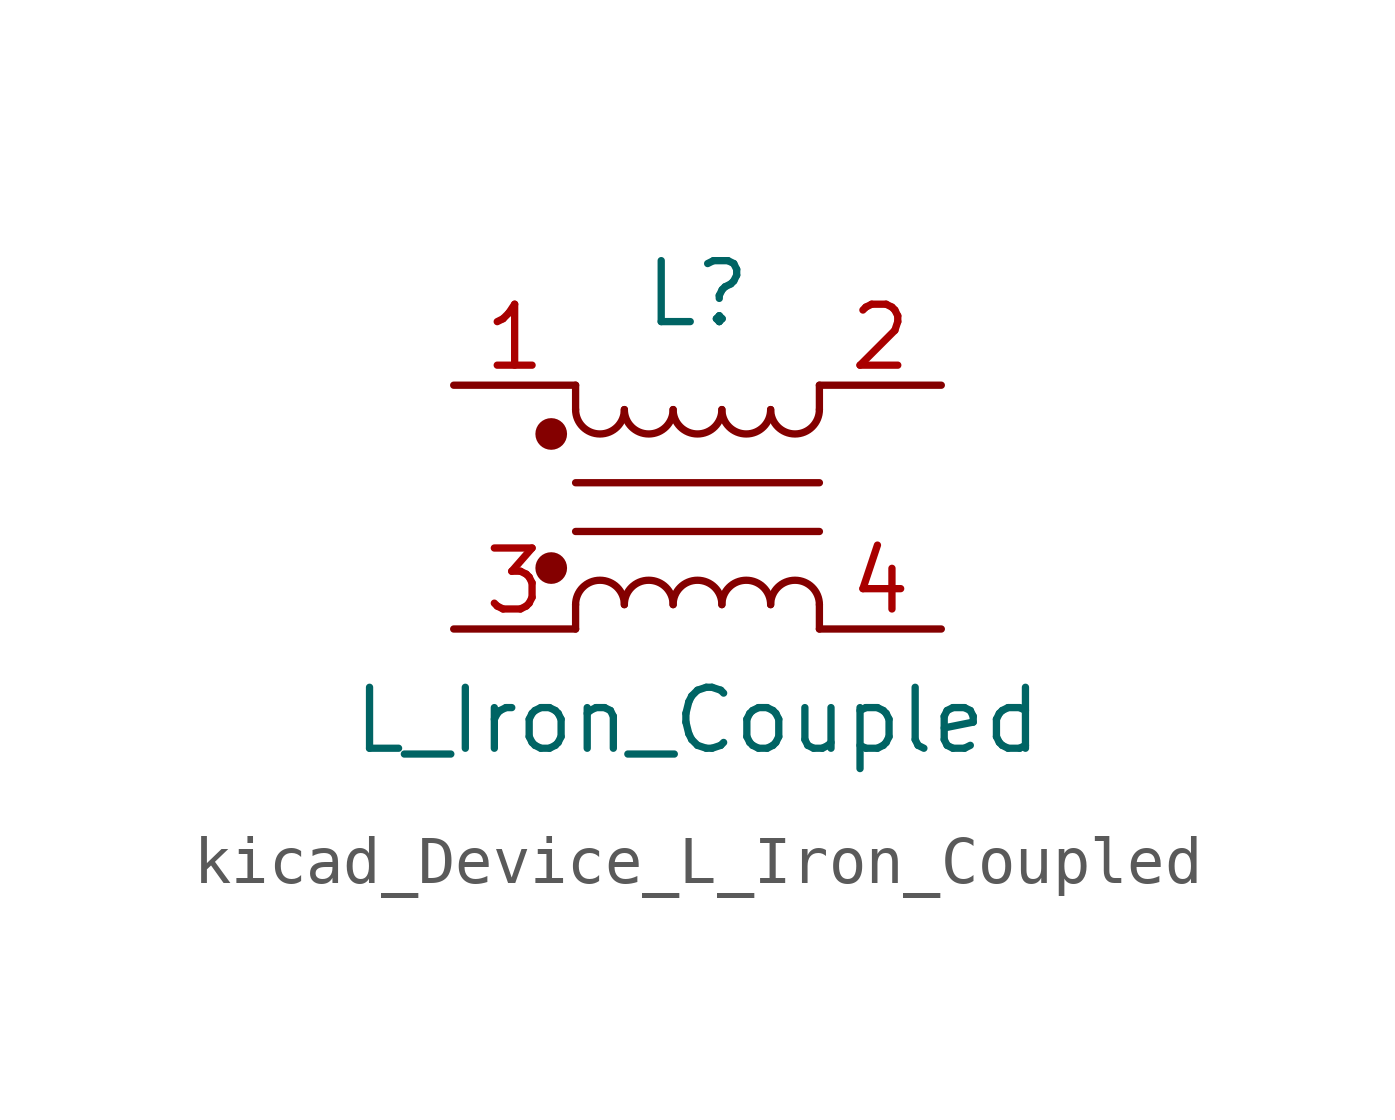
<source format=kicad_sym>
(kicad_symbol_lib
  (version 20220914)
  (generator kicad_symbol_editor)
  (symbol "kicad_Device_L_Iron_Coupled"
    (pin_names
      (offset 0.254) hide)
    (property "Reference" "L"
      (at 0 4.445 0)
      (effects (font (size 1.27 1.27))))
    (property "Value" "L_Iron_Coupled"
      (at 0 -4.445 0)
      (effects (font (size 1.27 1.27))))
    (symbol "kicad_Device_L_Iron_Coupled_0_1"
      (circle (center -3.048 -1.27) (radius 0.254) (stroke (width 0) (type default)) (fill (type outline)))
      (circle (center -3.048 1.524) (radius 0.254) (stroke (width 0) (type default)) (fill (type outline)))
      (arc (start -2.54 2.032) (mid -2.032 1.5262) (end -1.524 2.032) (stroke (width 0) (type default)) (fill (type none)))
      (arc (start -1.524 -2.032) (mid -2.032 -1.5262) (end -2.54 -2.032) (stroke (width 0) (type default)) (fill (type none)))
      (arc (start -1.524 2.032) (mid -1.016 1.5262) (end -0.508 2.032) (stroke (width 0) (type default)) (fill (type none)))
      (arc (start -0.508 -2.032) (mid -1.016 -1.5262) (end -1.524 -2.032) (stroke (width 0) (type default)) (fill (type none)))
      (arc (start -0.508 2.032) (mid 0 1.5262) (end 0.508 2.032) (stroke (width 0) (type default)) (fill (type none)))
      (polyline (pts (xy -2.54 -2.032) (xy -2.54 -2.54)) (stroke (width 0) (type default)) (fill (type none)))
      (polyline (pts (xy -2.54 0.508) (xy 2.54 0.508)) (stroke (width 0) (type default)) (fill (type none)))
      (polyline (pts (xy -2.54 2.032) (xy -2.54 2.54)) (stroke (width 0) (type default)) (fill (type none)))
      (polyline (pts (xy 2.54 -2.032) (xy 2.54 -2.54)) (stroke (width 0) (type default)) (fill (type none)))
      (polyline (pts (xy 2.54 -0.508) (xy -2.54 -0.508)) (stroke (width 0) (type default)) (fill (type none)))
      (polyline (pts (xy 2.54 2.54) (xy 2.54 2.032)) (stroke (width 0) (type default)) (fill (type none)))
      (arc (start 0.508 -2.032) (mid 0 -1.5262) (end -0.508 -2.032) (stroke (width 0) (type default)) (fill (type none)))
      (arc (start 0.508 2.032) (mid 1.016 1.5262) (end 1.524 2.032) (stroke (width 0) (type default)) (fill (type none)))
      (arc (start 1.524 -2.032) (mid 1.016 -1.5262) (end 0.508 -2.032) (stroke (width 0) (type default)) (fill (type none)))
      (arc (start 1.524 2.032) (mid 2.032 1.5262) (end 2.54 2.032) (stroke (width 0) (type default)) (fill (type none)))
      (arc (start 2.54 -2.032) (mid 2.032 -1.5262) (end 1.524 -2.032) (stroke (width 0) (type default)) (fill (type none))))
    (symbol "kicad_Device_L_Iron_Coupled_1_1"
      (pin passive line (at -5.08 2.54 0) (length 2.54) (name "1" (effects (font (size 1.27 1.27)))) (number "1" (effects (font (size 1.27 1.27)))))
      (pin passive line (at 5.08 2.54 180) (length 2.54) (name "2" (effects (font (size 1.27 1.27)))) (number "2" (effects (font (size 1.27 1.27)))))
      (pin passive line (at -5.08 -2.54 0) (length 2.54) (name "3" (effects (font (size 1.27 1.27)))) (number "3" (effects (font (size 1.27 1.27)))))
      (pin passive line (at 5.08 -2.54 180) (length 2.54) (name "4" (effects (font (size 1.27 1.27)))) (number "4" (effects (font (size 1.27 1.27))))))))
</source>
